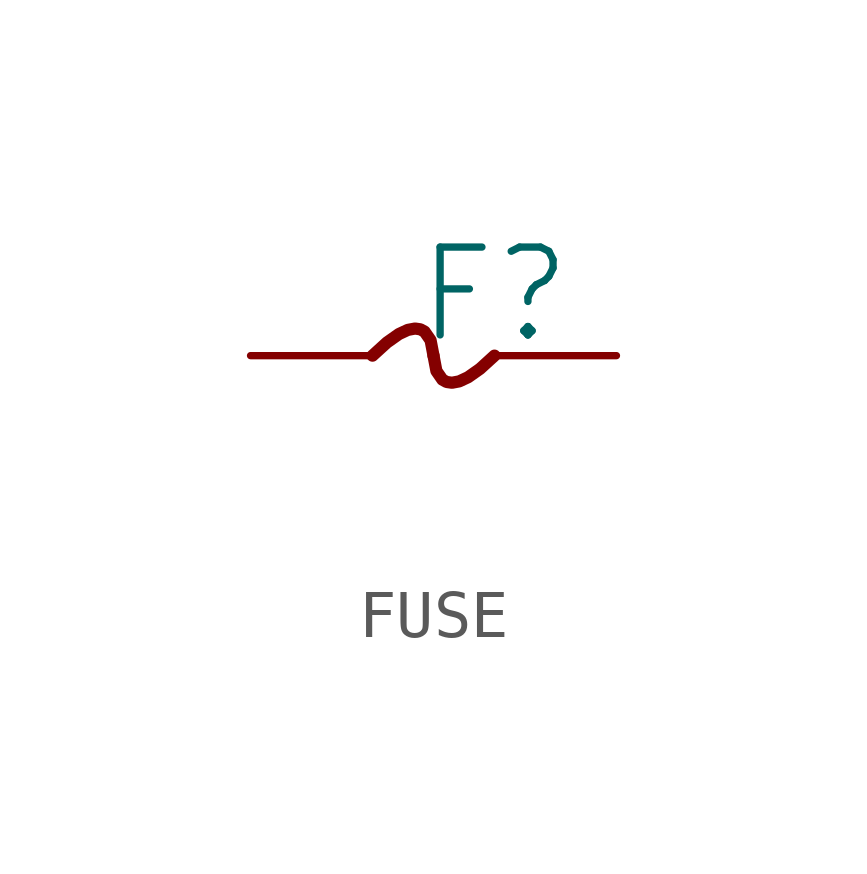
<source format=kicad_sym>
(kicad_symbol_lib
  (version 20241209)
  (generator "kicad_symbol_editor")
  (generator_version "9.0")
  (symbol "FUSE"
    (pin_numbers
      (hide yes))
    (pin_names
      (hide yes))
    (property "Reference" "F"
      (at -1.27 1.27 0)
      (effects (font (size 1.829 1.829))))
    (property "ALTIUM_VALUE" ""
      (at -6.35 -3.81 0)
      (effects (font (size 1.829 1.829)) (justify left bottom)))
    (symbol "FUSE_1_0"
      (bezier (pts (xy -3.81 0) (xy -2.54 1.27) (xy -2.54 0) (xy -2.54 0)) (stroke (width 0.254) (type solid)) (fill (type none)))
      (bezier (pts (xy -1.27 0) (xy -2.54 -1.27) (xy -2.54 0) (xy -2.54 0)) (stroke (width 0.254) (type solid)) (fill (type none)))
      (pin passive line (at -6.35 0 0) (length 2.54) (name "1" (effects (font (size 1.27 1.27)))) (number "1" (effects (font (size 1.27 1.27)))))
      (pin passive line (at 1.27 0 180) (length 2.54) (name "2" (effects (font (size 1.27 1.27)))) (number "2" (effects (font (size 1.27 1.27))))))))
</source>
